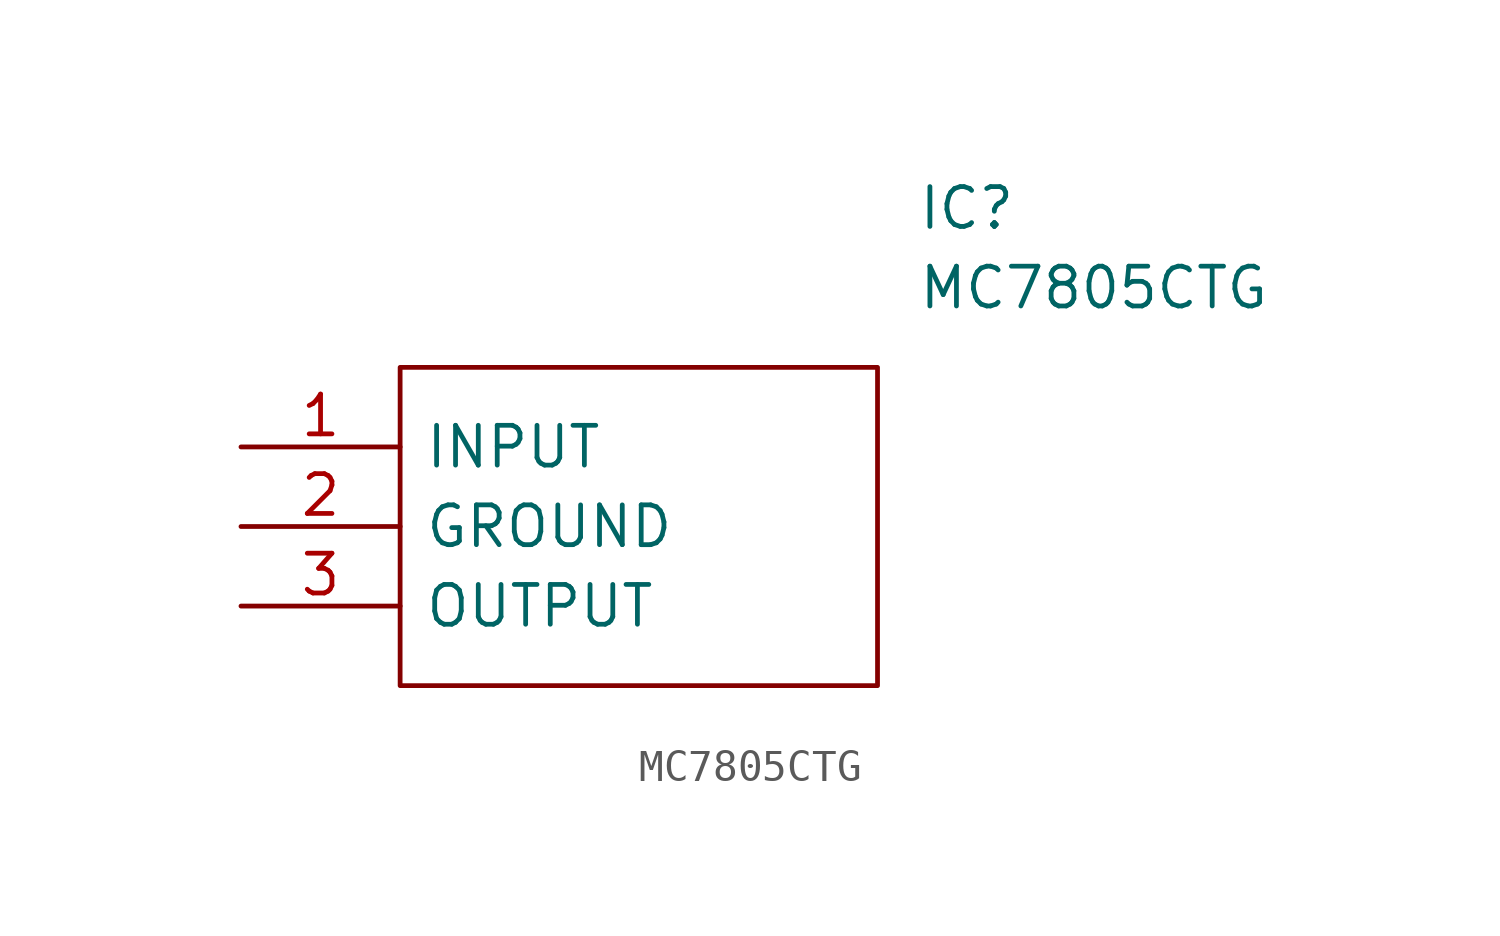
<source format=kicad_sym>
(kicad_symbol_lib
  (version 20211014)
  (generator kicad_symbol_editor)
  (symbol "MC7805CTG"
    (pin_names
      (offset 0.762))
    (property "Reference" "IC"
      (at 21.59 7.62 0)
      (effects (font (size 1.27 1.27)) (justify left)))
    (property "Value" "MC7805CTG"
      (at 21.59 5.08 0)
      (effects (font (size 1.27 1.27)) (justify left)))
    (symbol "MC7805CTG_0_0"
      (pin input line (at 0 0 0) (length 5.08) (name "INPUT" (effects (font (size 1.27 1.27)))) (number "1" (effects (font (size 1.27 1.27)))))
      (pin power_in line (at 0 -2.54 0) (length 5.08) (name "GROUND" (effects (font (size 1.27 1.27)))) (number "2" (effects (font (size 1.27 1.27)))))
      (pin output line (at 0 -5.08 0) (length 5.08) (name "OUTPUT" (effects (font (size 1.27 1.27)))) (number "3" (effects (font (size 1.27 1.27))))))
    (symbol "MC7805CTG_0_1"
      (polyline (pts (xy 5.08 2.54) (xy 20.32 2.54) (xy 20.32 -7.62) (xy 5.08 -7.62) (xy 5.08 2.54)) (stroke (width 0.152) (type default) (color 0 0 0 0)) (fill (type none))))))
</source>
